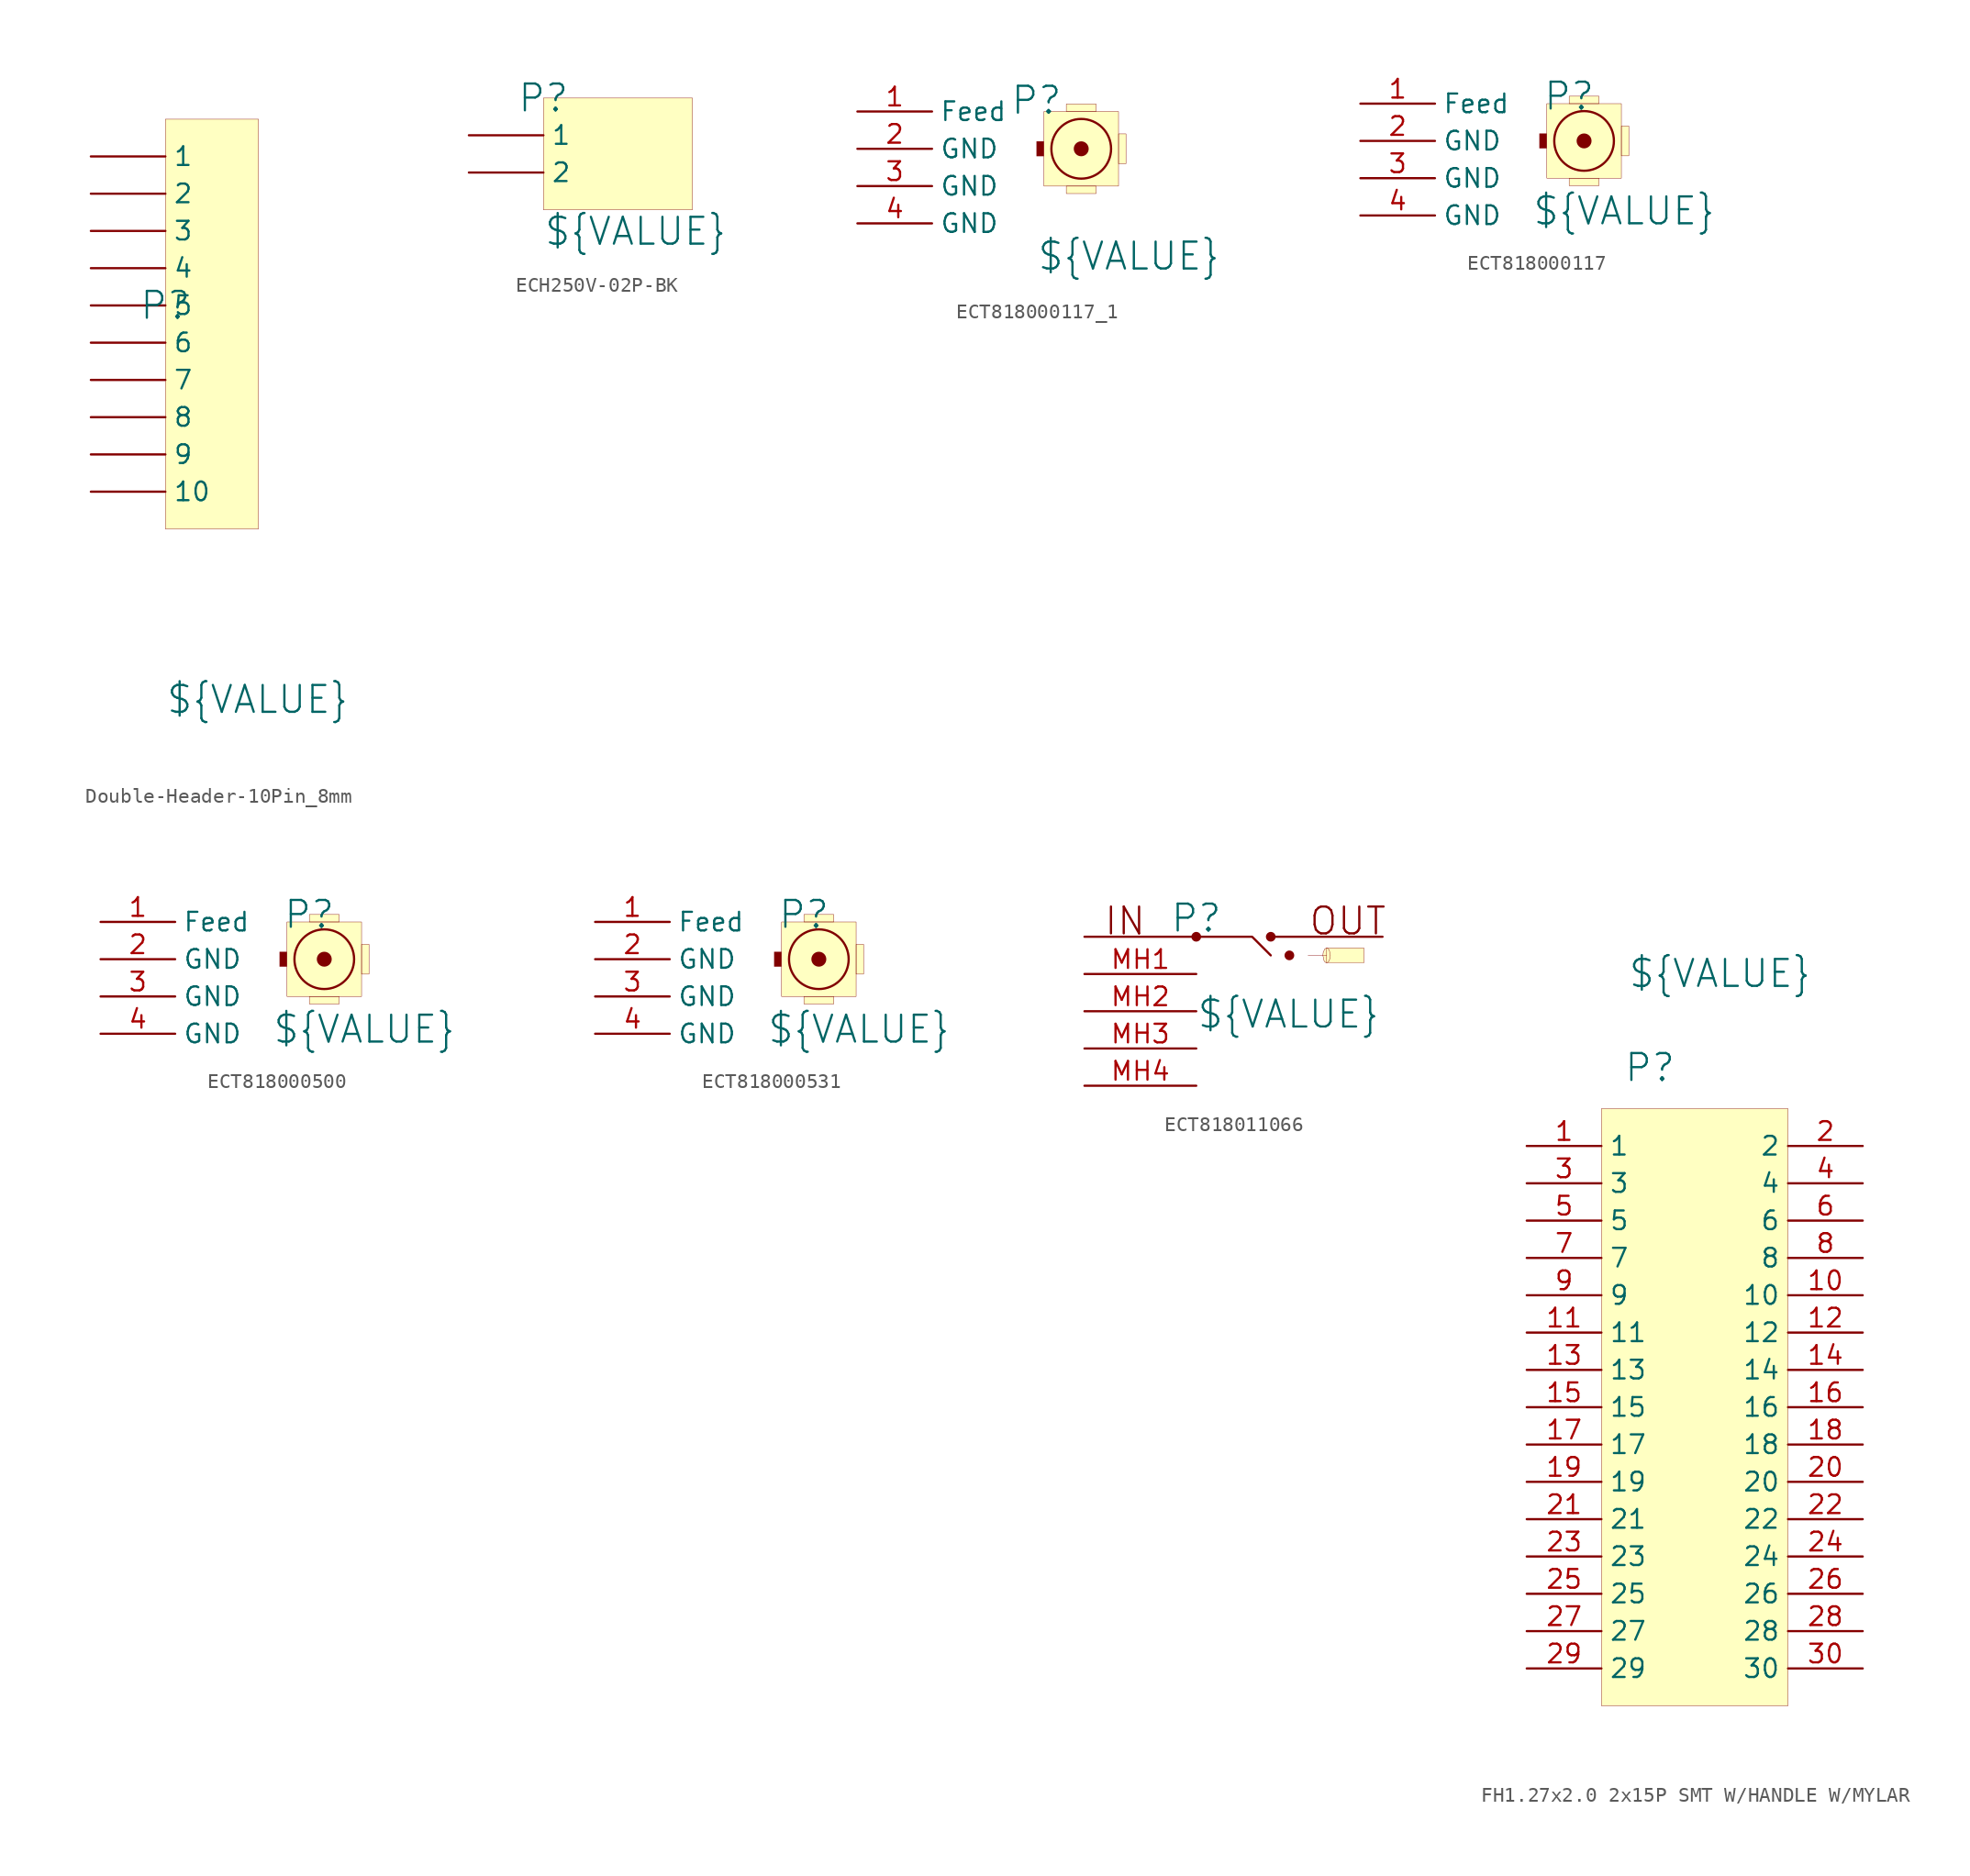
<source format=kicad_sym>
(kicad_symbol_lib
  (version 20241209)
  (generator "kicad_symbol_editor")
  (generator_version "9.0")
  (symbol "Double-Header-10Pin_8mm"
    (pin_numbers
      (hide yes))
    (property "Reference" "P"
      (at 0 0 0)
      (effects (font (size 1.829 1.829))))
    (property "Value" "${VALUE}"
      (at 0 -27.94 0)
      (effects (font (size 1.829 1.829)) (justify left bottom)))
    (symbol "Double-Header-10Pin_8mm_1_0"
      (rectangle (start 6.35 12.7) (end 0 -15.24) (stroke (width 0.025) (type solid) (color 128 0 0 1)) (fill (type background)))
      (pin passive line (at -5.08 10.16 0) (length 5.08) (name "1" (effects (font (size 1.27 1.27)))) (number "1" (effects (font (size 1.27 1.27)))))
      (pin passive line (at -5.08 7.62 0) (length 5.08) (name "2" (effects (font (size 1.27 1.27)))) (number "2" (effects (font (size 1.27 1.27)))))
      (pin passive line (at -5.08 5.08 0) (length 5.08) (name "3" (effects (font (size 1.27 1.27)))) (number "3" (effects (font (size 1.27 1.27)))))
      (pin passive line (at -5.08 2.54 0) (length 5.08) (name "4" (effects (font (size 1.27 1.27)))) (number "4" (effects (font (size 1.27 1.27)))))
      (pin passive line (at -5.08 0 0) (length 5.08) (name "5" (effects (font (size 1.27 1.27)))) (number "5" (effects (font (size 1.27 1.27)))))
      (pin passive line (at -5.08 -2.54 0) (length 5.08) (name "6" (effects (font (size 1.27 1.27)))) (number "6" (effects (font (size 1.27 1.27)))))
      (pin passive line (at -5.08 -5.08 0) (length 5.08) (name "7" (effects (font (size 1.27 1.27)))) (number "7" (effects (font (size 1.27 1.27)))))
      (pin passive line (at -5.08 -7.62 0) (length 5.08) (name "8" (effects (font (size 1.27 1.27)))) (number "8" (effects (font (size 1.27 1.27)))))
      (pin passive line (at -5.08 -10.16 0) (length 5.08) (name "9" (effects (font (size 1.27 1.27)))) (number "9" (effects (font (size 1.27 1.27)))))
      (pin passive line (at -5.08 -12.7 0) (length 5.08) (name "10" (effects (font (size 1.27 1.27)))) (number "10" (effects (font (size 1.27 1.27)))))))
  (symbol "ECH250V-02P-BK"
    (pin_numbers
      (hide yes))
    (property "Reference" "P"
      (at 0 0 0)
      (effects (font (size 1.829 1.829))))
    (property "Value" "${VALUE}"
      (at 0 -10.16 0)
      (effects (font (size 1.829 1.829)) (justify left bottom)))
    (symbol "ECH250V-02P-BK_1_0"
      (rectangle (start 10.16 0) (end 0 -7.62) (stroke (width 0.025) (type solid) (color 128 0 0 1)) (fill (type background)))
      (pin passive line (at -5.08 -2.54 0) (length 5.08) (name "1" (effects (font (size 1.27 1.27)))) (number "1" (effects (font (size 1.27 1.27)))))
      (pin passive line (at -5.08 -5.08 0) (length 5.08) (name "2" (effects (font (size 1.27 1.27)))) (number "2" (effects (font (size 1.27 1.27)))))))
  (symbol "ECT818000117_1"
    (property "Reference" "P"
      (at -0.508 3.302 0)
      (effects (font (size 1.829 1.829))))
    (property "Value" "${VALUE}"
      (at -0.508 -8.382 0)
      (effects (font (size 1.829 1.829)) (justify left bottom)))
    (symbol "ECT818000117_1_1_0"
      (rectangle (start 0 0.508) (end -0.508 -0.508) (stroke (width -0.0001) (type solid) (color 128 0 0 1)) (fill (type outline)))
      (circle (center 2.54 0) (radius 0.508) (stroke (width -0.0001) (type solid) (color 128 0 0 1)) (fill (type outline)))
      (circle (center 2.54 0) (radius 2.032) (stroke (width 0) (type solid) (color 128 0 0 1)) (fill (type background)))
      (rectangle (start 3.556 3.048) (end 1.524 2.54) (stroke (width 0.025) (type solid) (color 128 0 0 1)) (fill (type background)))
      (rectangle (start 3.556 -2.54) (end 1.524 -3.048) (stroke (width 0.025) (type solid) (color 128 0 0 1)) (fill (type background)))
      (rectangle (start 5.08 2.54) (end 0 -2.54) (stroke (width 0.025) (type solid) (color 128 0 0 1)) (fill (type background)))
      (rectangle (start 5.588 1.016) (end 5.08 -1.016) (stroke (width 0.025) (type solid) (color 128 0 0 1)) (fill (type background)))
      (pin passive line (at -12.7 2.54 0) (length 5.08) (name "Feed" (effects (font (size 1.27 1.27)))) (number "1" (effects (font (size 1.27 1.27)))))
      (pin passive line (at -12.7 0 0) (length 5.08) (name "GND" (effects (font (size 1.27 1.27)))) (number "2" (effects (font (size 1.27 1.27)))))
      (pin passive line (at -12.7 -2.54 0) (length 5.08) (name "GND" (effects (font (size 1.27 1.27)))) (number "3" (effects (font (size 1.27 1.27)))))
      (pin passive line (at -12.7 -5.08 0) (length 5.08) (name "GND" (effects (font (size 1.27 1.27)))) (number "4" (effects (font (size 1.27 1.27)))))))
  (symbol "ECT818000117"
    (property "Reference" "P"
      (at 1.524 3.048 0)
      (effects (font (size 1.829 1.829))))
    (property "Value" "${VALUE}"
      (at -1.016 -5.842 0)
      (effects (font (size 1.829 1.829)) (justify left bottom)))
    (symbol "ECT818000117_1_0"
      (rectangle (start 0 0.508) (end -0.508 -0.508) (stroke (width -0.0001) (type solid) (color 128 0 0 1)) (fill (type outline)))
      (circle (center 2.54 0) (radius 0.508) (stroke (width -0.0001) (type solid) (color 128 0 0 1)) (fill (type outline)))
      (circle (center 2.54 0) (radius 2.032) (stroke (width 0) (type solid) (color 128 0 0 1)) (fill (type background)))
      (rectangle (start 3.556 3.048) (end 1.524 2.54) (stroke (width 0.025) (type solid) (color 128 0 0 1)) (fill (type background)))
      (rectangle (start 3.556 -2.54) (end 1.524 -3.048) (stroke (width 0.025) (type solid) (color 128 0 0 1)) (fill (type background)))
      (rectangle (start 5.08 2.54) (end 0 -2.54) (stroke (width 0.025) (type solid) (color 128 0 0 1)) (fill (type background)))
      (rectangle (start 5.588 1.016) (end 5.08 -1.016) (stroke (width 0.025) (type solid) (color 128 0 0 1)) (fill (type background)))
      (pin passive line (at -12.7 2.54 0) (length 5.08) (name "Feed" (effects (font (size 1.27 1.27)))) (number "1" (effects (font (size 1.27 1.27)))))
      (pin passive line (at -12.7 0 0) (length 5.08) (name "GND" (effects (font (size 1.27 1.27)))) (number "2" (effects (font (size 1.27 1.27)))))
      (pin passive line (at -12.7 -2.54 0) (length 5.08) (name "GND" (effects (font (size 1.27 1.27)))) (number "3" (effects (font (size 1.27 1.27)))))
      (pin passive line (at -12.7 -5.08 0) (length 5.08) (name "GND" (effects (font (size 1.27 1.27)))) (number "4" (effects (font (size 1.27 1.27)))))))
  (symbol "ECT818000500"
    (property "Reference" "P"
      (at 1.524 3.048 0)
      (effects (font (size 1.829 1.829))))
    (property "Value" "${VALUE}"
      (at -1.016 -5.842 0)
      (effects (font (size 1.829 1.829)) (justify left bottom)))
    (symbol "ECT818000500_1_0"
      (rectangle (start 0 0.508) (end -0.508 -0.508) (stroke (width -0.0001) (type solid) (color 128 0 0 1)) (fill (type outline)))
      (circle (center 2.54 0) (radius 0.508) (stroke (width -0.0001) (type solid) (color 128 0 0 1)) (fill (type outline)))
      (circle (center 2.54 0) (radius 2.032) (stroke (width 0) (type solid) (color 128 0 0 1)) (fill (type background)))
      (rectangle (start 3.556 3.048) (end 1.524 2.54) (stroke (width 0.025) (type solid) (color 128 0 0 1)) (fill (type background)))
      (rectangle (start 3.556 -2.54) (end 1.524 -3.048) (stroke (width 0.025) (type solid) (color 128 0 0 1)) (fill (type background)))
      (rectangle (start 5.08 2.54) (end 0 -2.54) (stroke (width 0.025) (type solid) (color 128 0 0 1)) (fill (type background)))
      (rectangle (start 5.588 1.016) (end 5.08 -1.016) (stroke (width 0.025) (type solid) (color 128 0 0 1)) (fill (type background)))
      (pin passive line (at -12.7 2.54 0) (length 5.08) (name "Feed" (effects (font (size 1.27 1.27)))) (number "1" (effects (font (size 1.27 1.27)))))
      (pin passive line (at -12.7 0 0) (length 5.08) (name "GND" (effects (font (size 1.27 1.27)))) (number "2" (effects (font (size 1.27 1.27)))))
      (pin passive line (at -12.7 -2.54 0) (length 5.08) (name "GND" (effects (font (size 1.27 1.27)))) (number "3" (effects (font (size 1.27 1.27)))))
      (pin passive line (at -12.7 -5.08 0) (length 5.08) (name "GND" (effects (font (size 1.27 1.27)))) (number "4" (effects (font (size 1.27 1.27)))))))
  (symbol "ECT818000531"
    (property "Reference" "P"
      (at 1.524 3.048 0)
      (effects (font (size 1.829 1.829))))
    (property "Value" "${VALUE}"
      (at -1.016 -5.842 0)
      (effects (font (size 1.829 1.829)) (justify left bottom)))
    (symbol "ECT818000531_1_0"
      (rectangle (start 0 0.508) (end -0.508 -0.508) (stroke (width -0.0001) (type solid) (color 128 0 0 1)) (fill (type outline)))
      (circle (center 2.54 0) (radius 0.508) (stroke (width -0.0001) (type solid) (color 128 0 0 1)) (fill (type outline)))
      (circle (center 2.54 0) (radius 2.032) (stroke (width 0) (type solid) (color 128 0 0 1)) (fill (type background)))
      (rectangle (start 3.556 3.048) (end 1.524 2.54) (stroke (width 0.025) (type solid) (color 128 0 0 1)) (fill (type background)))
      (rectangle (start 3.556 -2.54) (end 1.524 -3.048) (stroke (width 0.025) (type solid) (color 128 0 0 1)) (fill (type background)))
      (rectangle (start 5.08 2.54) (end 0 -2.54) (stroke (width 0.025) (type solid) (color 128 0 0 1)) (fill (type background)))
      (rectangle (start 5.588 1.016) (end 5.08 -1.016) (stroke (width 0.025) (type solid) (color 128 0 0 1)) (fill (type background)))
      (pin passive line (at -12.7 2.54 0) (length 5.08) (name "Feed" (effects (font (size 1.27 1.27)))) (number "1" (effects (font (size 1.27 1.27)))))
      (pin passive line (at -12.7 0 0) (length 5.08) (name "GND" (effects (font (size 1.27 1.27)))) (number "2" (effects (font (size 1.27 1.27)))))
      (pin passive line (at -12.7 -2.54 0) (length 5.08) (name "GND" (effects (font (size 1.27 1.27)))) (number "3" (effects (font (size 1.27 1.27)))))
      (pin passive line (at -12.7 -5.08 0) (length 5.08) (name "GND" (effects (font (size 1.27 1.27)))) (number "4" (effects (font (size 1.27 1.27)))))))
  (symbol "ECT818011066"
    (pin_names
      (hide yes))
    (property "Reference" "P"
      (at -2.54 1.27 0)
      (effects (font (size 1.829 1.829))))
    (property "Value" "${VALUE}"
      (at -2.54 -6.35 0)
      (effects (font (size 1.829 1.829)) (justify left bottom)))
    (symbol "ECT818011066_1_0"
      (circle (center -2.54 0) (radius 0.254) (stroke (width 0) (type solid)) (fill (type outline)))
      (polyline (pts (xy -2.54 0) (xy 1.27 0) (xy 2.54 -1.27)) (stroke (width 0) (type solid)) (fill (type none)))
      (circle (center 2.54 0) (radius 0.254) (stroke (width 0) (type solid)) (fill (type outline)))
      (circle (center 3.81 -1.27) (radius 0.254) (stroke (width 0) (type solid)) (fill (type outline)))
      (bezier (pts (xy 6.096 -1.27) (xy 6.096 -1.55) (xy 6.21 -1.778) (xy 6.35 -1.778)) (stroke (width 0.025) (type solid)) (fill (type background)))
      (bezier (pts (xy 6.35 -0.762) (xy 6.21 -0.762) (xy 6.096 -0.989) (xy 6.096 -1.27)) (stroke (width 0.025) (type solid)) (fill (type background)))
      (polyline (pts (xy 6.35 -1.27) (xy 5.08 -1.27)) (stroke (width 0.025) (type solid)) (fill (type none)))
      (bezier (pts (xy 6.35 -1.778) (xy 6.49 -1.778) (xy 6.604 -1.55) (xy 6.604 -1.27)) (stroke (width 0.025) (type solid)) (fill (type background)))
      (polyline (pts (xy 6.604 -1.27) (xy 6.35 -0.762) (xy 6.096 -1.27) (xy 6.35 -1.778) (xy 6.604 -1.27)) (stroke (width -0.0001) (type default)) (fill (type background)))
      (bezier (pts (xy 6.604 -1.27) (xy 6.604 -0.989) (xy 6.49 -0.762) (xy 6.35 -0.762)) (stroke (width 0.025) (type solid)) (fill (type background)))
      (rectangle (start 8.89 -0.762) (end 6.35 -1.778) (stroke (width 0.025) (type solid)) (fill (type background)))
      (text "IN" (at -8.89 0 0) (effects (font (size 1.829 1.829)) (justify left bottom)))
      (text "OUT" (at 5.08 0 0) (effects (font (size 1.829 1.829)) (justify left bottom)))
      (pin passive line (at -10.16 0 0) (length 7.62) (name "IN" (effects (font (size 1.27 1.27)))) (number "B" (effects (font (size 0 0)))))
      (pin passive line (at -10.16 -2.54 0) (length 7.62) (name "MH1" (effects (font (size 1.27 1.27)))) (number "MH1" (effects (font (size 1.27 1.27)))))
      (pin passive line (at -10.16 -5.08 0) (length 7.62) (name "MH2" (effects (font (size 1.27 1.27)))) (number "MH2" (effects (font (size 1.27 1.27)))))
      (pin passive line (at -10.16 -7.62 0) (length 7.62) (name "MH3" (effects (font (size 1.27 1.27)))) (number "MH3" (effects (font (size 1.27 1.27)))))
      (pin passive line (at -10.16 -10.16 0) (length 7.62) (name "MH4" (effects (font (size 1.27 1.27)))) (number "MH4" (effects (font (size 1.27 1.27)))))
      (pin passive line (at 10.16 0 180) (length 7.62) (name "OUT" (effects (font (size 1.27 1.27)))) (number "C" (effects (font (size 0 0)))))))
  (symbol "FH1.27x2.0 2x15P SMT W/HANDLE W/MYLAR"
    (property "Reference" "P"
      (at 3.302 2.794 0)
      (effects (font (size 1.829 1.829))))
    (property "Value" "${VALUE}"
      (at 1.778 8.128 0)
      (effects (font (size 1.829 1.829)) (justify left bottom)))
    (symbol "FH1.27x2.0 2x15P SMT W/HANDLE W/MYLAR_1_0"
      (rectangle (start 12.7 0) (end 0 -40.64) (stroke (width 0.025) (type solid) (color 128 0 0 1)) (fill (type background)))
      (pin passive line (at -5.08 -2.54 0) (length 5.08) (name "1" (effects (font (size 1.27 1.27)))) (number "1" (effects (font (size 1.27 1.27)))))
      (pin passive line (at -5.08 -5.08 0) (length 5.08) (name "3" (effects (font (size 1.27 1.27)))) (number "3" (effects (font (size 1.27 1.27)))))
      (pin passive line (at -5.08 -7.62 0) (length 5.08) (name "5" (effects (font (size 1.27 1.27)))) (number "5" (effects (font (size 1.27 1.27)))))
      (pin passive line (at -5.08 -10.16 0) (length 5.08) (name "7" (effects (font (size 1.27 1.27)))) (number "7" (effects (font (size 1.27 1.27)))))
      (pin passive line (at -5.08 -12.7 0) (length 5.08) (name "9" (effects (font (size 1.27 1.27)))) (number "9" (effects (font (size 1.27 1.27)))))
      (pin passive line (at -5.08 -15.24 0) (length 5.08) (name "11" (effects (font (size 1.27 1.27)))) (number "11" (effects (font (size 1.27 1.27)))))
      (pin passive line (at -5.08 -17.78 0) (length 5.08) (name "13" (effects (font (size 1.27 1.27)))) (number "13" (effects (font (size 1.27 1.27)))))
      (pin passive line (at -5.08 -20.32 0) (length 5.08) (name "15" (effects (font (size 1.27 1.27)))) (number "15" (effects (font (size 1.27 1.27)))))
      (pin passive line (at -5.08 -22.86 0) (length 5.08) (name "17" (effects (font (size 1.27 1.27)))) (number "17" (effects (font (size 1.27 1.27)))))
      (pin passive line (at -5.08 -25.4 0) (length 5.08) (name "19" (effects (font (size 1.27 1.27)))) (number "19" (effects (font (size 1.27 1.27)))))
      (pin passive line (at -5.08 -27.94 0) (length 5.08) (name "21" (effects (font (size 1.27 1.27)))) (number "21" (effects (font (size 1.27 1.27)))))
      (pin passive line (at -5.08 -30.48 0) (length 5.08) (name "23" (effects (font (size 1.27 1.27)))) (number "23" (effects (font (size 1.27 1.27)))))
      (pin passive line (at -5.08 -33.02 0) (length 5.08) (name "25" (effects (font (size 1.27 1.27)))) (number "25" (effects (font (size 1.27 1.27)))))
      (pin passive line (at -5.08 -35.56 0) (length 5.08) (name "27" (effects (font (size 1.27 1.27)))) (number "27" (effects (font (size 1.27 1.27)))))
      (pin passive line (at -5.08 -38.1 0) (length 5.08) (name "29" (effects (font (size 1.27 1.27)))) (number "29" (effects (font (size 1.27 1.27)))))
      (pin passive line (at 17.78 -2.54 180) (length 5.08) (name "2" (effects (font (size 1.27 1.27)))) (number "2" (effects (font (size 1.27 1.27)))))
      (pin passive line (at 17.78 -5.08 180) (length 5.08) (name "4" (effects (font (size 1.27 1.27)))) (number "4" (effects (font (size 1.27 1.27)))))
      (pin passive line (at 17.78 -7.62 180) (length 5.08) (name "6" (effects (font (size 1.27 1.27)))) (number "6" (effects (font (size 1.27 1.27)))))
      (pin passive line (at 17.78 -10.16 180) (length 5.08) (name "8" (effects (font (size 1.27 1.27)))) (number "8" (effects (font (size 1.27 1.27)))))
      (pin passive line (at 17.78 -12.7 180) (length 5.08) (name "10" (effects (font (size 1.27 1.27)))) (number "10" (effects (font (size 1.27 1.27)))))
      (pin passive line (at 17.78 -15.24 180) (length 5.08) (name "12" (effects (font (size 1.27 1.27)))) (number "12" (effects (font (size 1.27 1.27)))))
      (pin passive line (at 17.78 -17.78 180) (length 5.08) (name "14" (effects (font (size 1.27 1.27)))) (number "14" (effects (font (size 1.27 1.27)))))
      (pin passive line (at 17.78 -20.32 180) (length 5.08) (name "16" (effects (font (size 1.27 1.27)))) (number "16" (effects (font (size 1.27 1.27)))))
      (pin passive line (at 17.78 -22.86 180) (length 5.08) (name "18" (effects (font (size 1.27 1.27)))) (number "18" (effects (font (size 1.27 1.27)))))
      (pin passive line (at 17.78 -25.4 180) (length 5.08) (name "20" (effects (font (size 1.27 1.27)))) (number "20" (effects (font (size 1.27 1.27)))))
      (pin passive line (at 17.78 -27.94 180) (length 5.08) (name "22" (effects (font (size 1.27 1.27)))) (number "22" (effects (font (size 1.27 1.27)))))
      (pin passive line (at 17.78 -30.48 180) (length 5.08) (name "24" (effects (font (size 1.27 1.27)))) (number "24" (effects (font (size 1.27 1.27)))))
      (pin passive line (at 17.78 -33.02 180) (length 5.08) (name "26" (effects (font (size 1.27 1.27)))) (number "26" (effects (font (size 1.27 1.27)))))
      (pin passive line (at 17.78 -35.56 180) (length 5.08) (name "28" (effects (font (size 1.27 1.27)))) (number "28" (effects (font (size 1.27 1.27)))))
      (pin passive line (at 17.78 -38.1 180) (length 5.08) (name "30" (effects (font (size 1.27 1.27)))) (number "30" (effects (font (size 1.27 1.27))))))))
</source>
